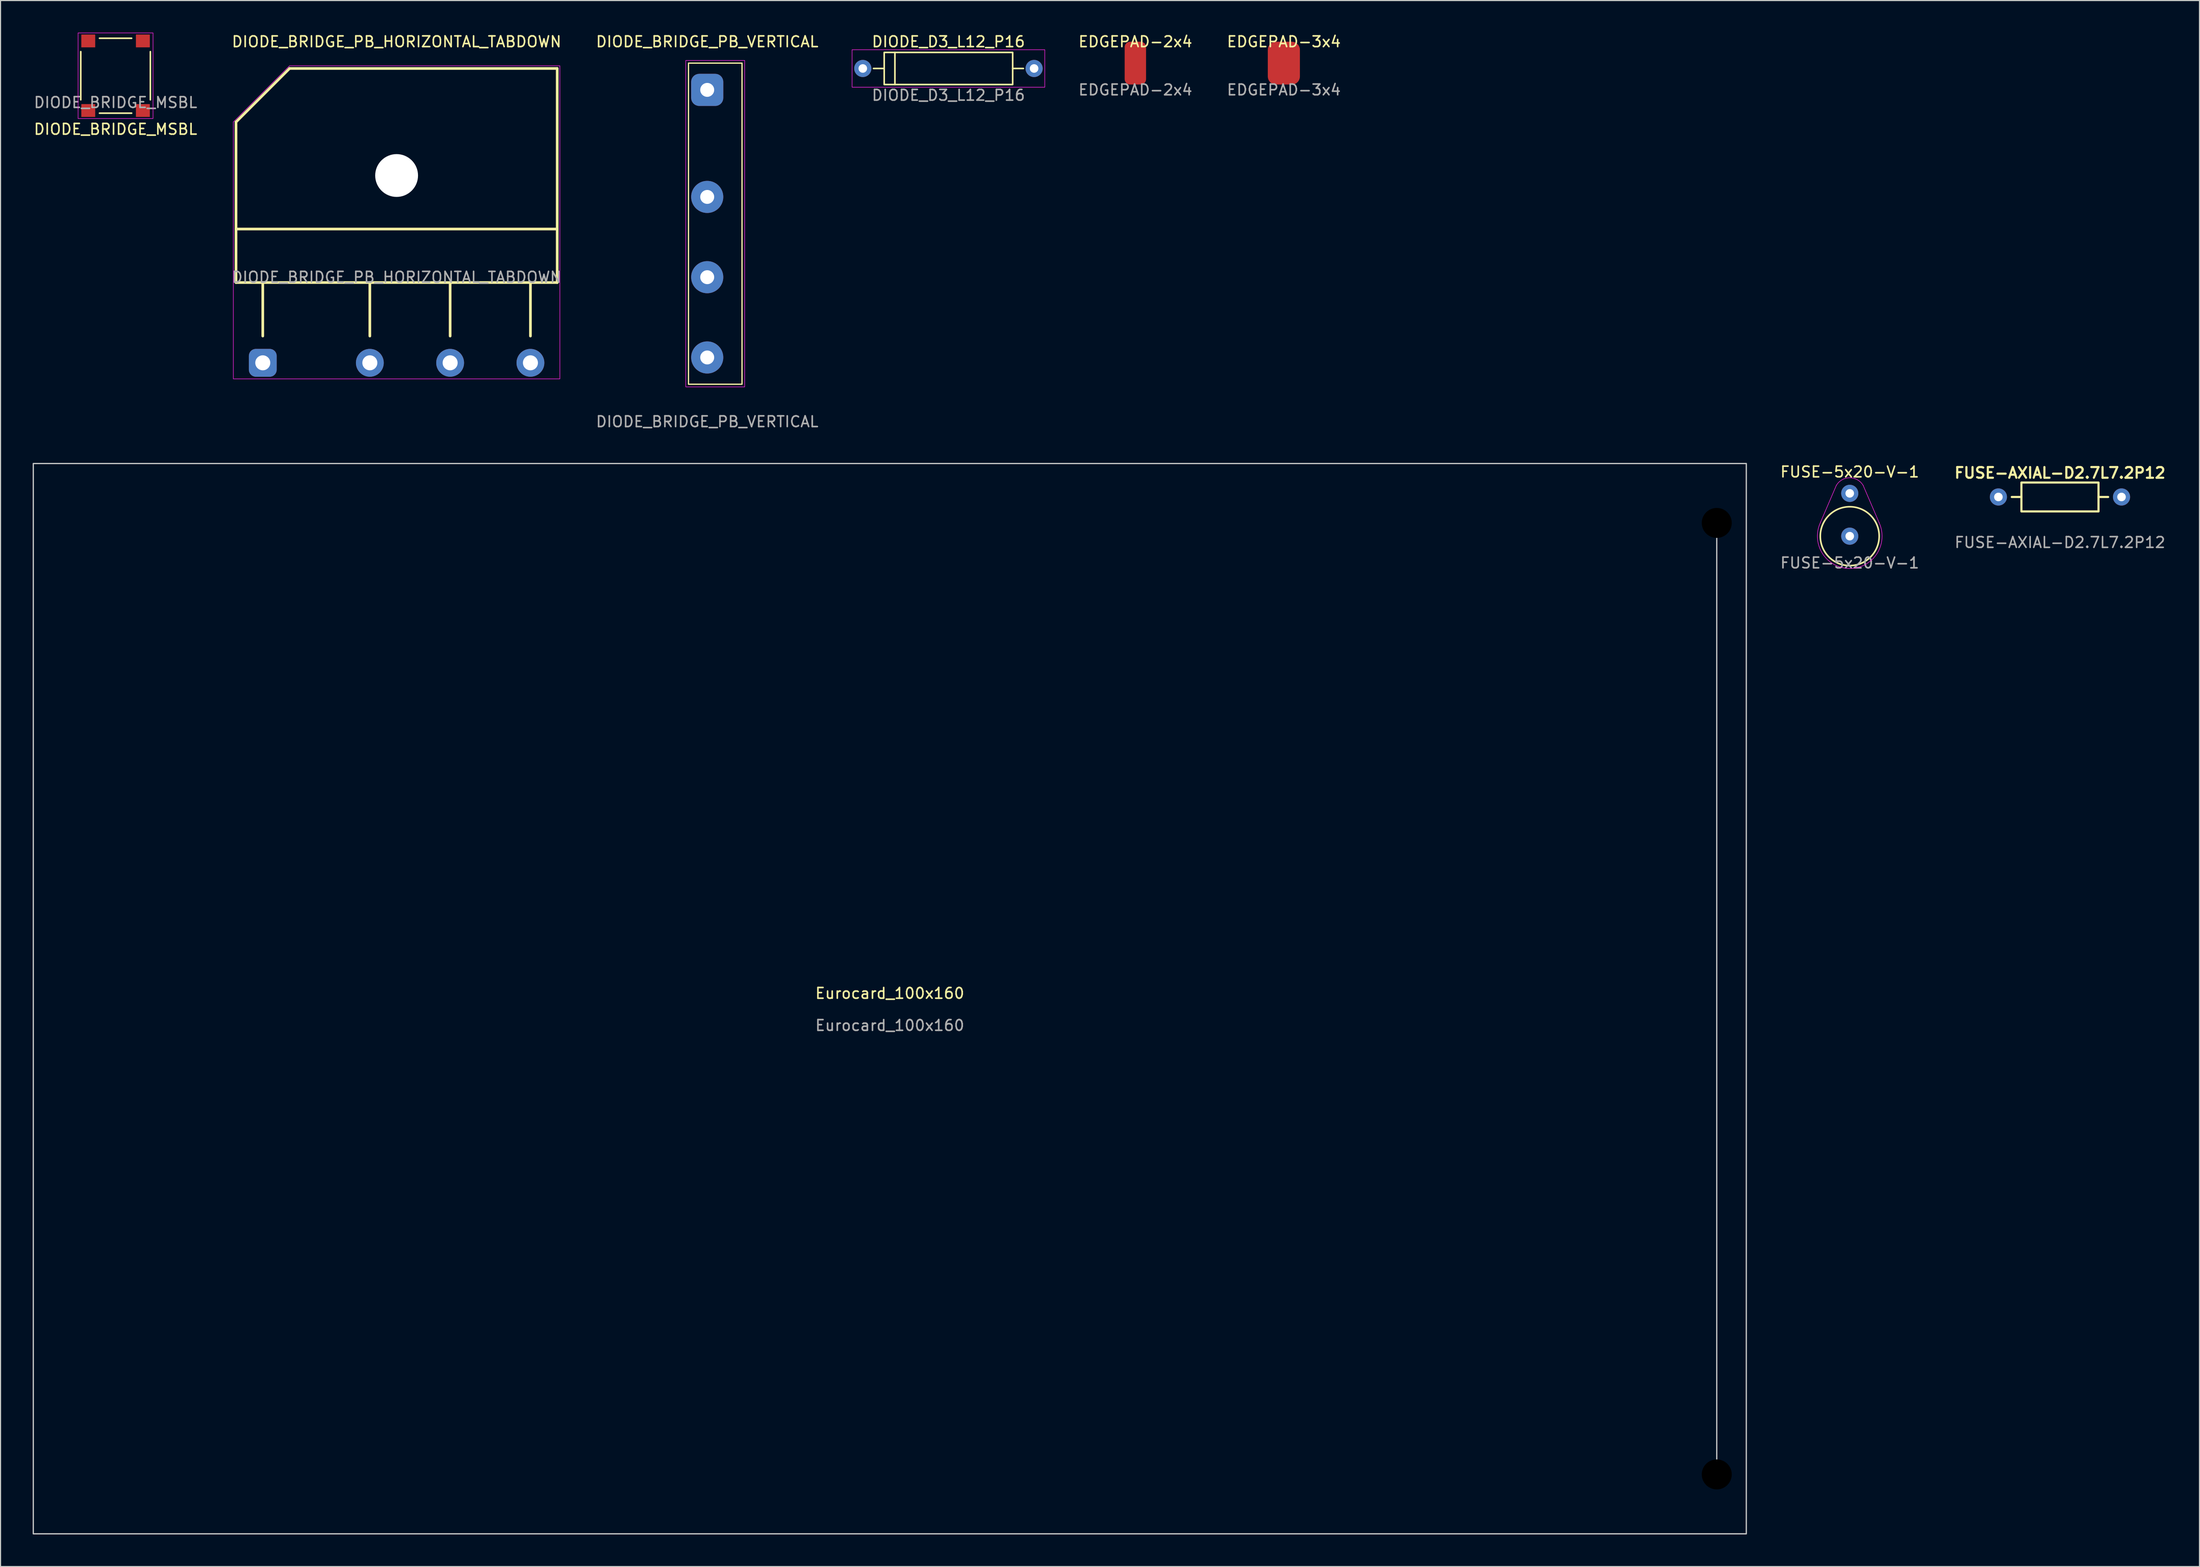
<source format=kicad_pcb>
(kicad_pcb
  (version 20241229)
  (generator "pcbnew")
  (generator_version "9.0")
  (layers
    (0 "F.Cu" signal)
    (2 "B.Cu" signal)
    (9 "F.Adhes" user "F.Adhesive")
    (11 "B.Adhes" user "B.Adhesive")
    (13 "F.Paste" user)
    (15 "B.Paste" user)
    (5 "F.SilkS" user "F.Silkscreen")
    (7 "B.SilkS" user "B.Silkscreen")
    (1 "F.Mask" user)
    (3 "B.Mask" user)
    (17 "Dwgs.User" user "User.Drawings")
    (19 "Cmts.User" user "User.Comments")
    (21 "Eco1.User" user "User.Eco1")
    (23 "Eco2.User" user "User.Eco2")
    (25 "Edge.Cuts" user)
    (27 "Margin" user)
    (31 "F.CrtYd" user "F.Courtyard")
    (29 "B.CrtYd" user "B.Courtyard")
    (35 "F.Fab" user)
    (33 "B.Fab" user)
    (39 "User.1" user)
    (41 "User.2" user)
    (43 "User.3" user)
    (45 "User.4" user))
  (footprint "DIODE_D3_L12_P16"
    (layer "F.Cu")
    (at 85.537 3.348)
    (property "Reference" "DIODE_D3_L12_P16" (at 0 -2.5 0) (unlocked yes) (layer "F.SilkS") (effects (font (size 1 1) (thickness 0.15))))
    (attr through_hole)
    (fp_line (start -7 0) (end -6 0) (stroke (width 0.15) (type default)) (layer "F.SilkS"))
    (fp_line (start -5 -1.5) (end -5 1.5) (stroke (width 0.15) (type default)) (layer "F.SilkS"))
    (fp_line (start 7 0) (end 6 0) (stroke (width 0.15) (type default)) (layer "F.SilkS"))
    (fp_rect (start -6 -1.5) (end 6 1.5) (stroke (width 0.15) (type default)) (fill no) (layer "F.SilkS"))
    (fp_rect (start -9 -1.75) (end 9 1.75) (stroke (width 0.05) (type default)) (fill no) (layer "F.CrtYd"))
    (fp_text user "${REFERENCE}" (at 0 2.5 0) (unlocked yes) (layer "F.Fab") (effects (font (size 1 1) (thickness 0.15))))
    (pad "1" thru_hole circle (at -8 0) (size 1.6 1.6) (drill 0.8) (layers "*.Cu" "*.Mask"))
    (pad "2" thru_hole circle (at 8 0) (size 1.6 1.6) (drill 0.8) (layers "*.Cu" "*.Mask")))
  (footprint "DIODE_BRIDGE_PB_HORIZONTAL_TABDOWN"
    (layer "F.Cu")
    (at 33.994 13.348)
    (property "Reference" "DIODE_BRIDGE_PB_HORIZONTAL_TABDOWN" (at 0 -12.5 0) (unlocked yes) (layer "F.SilkS") (effects (font (size 1 1) (thickness 0.15))))
    (attr smd)
    (fp_line (start -15 -5) (end -15 10) (stroke (width 0.25) (type solid)) (layer "F.SilkS"))
    (fp_line (start -15 5) (end 15 5) (stroke (width 0.25) (type solid)) (layer "F.SilkS"))
    (fp_line (start -15 10) (end 15 10) (stroke (width 0.25) (type solid)) (layer "F.SilkS"))
    (fp_line (start -12.5 15) (end -12.5 10) (stroke (width 0.25) (type solid)) (layer "F.SilkS"))
    (fp_line (start -10 -10) (end -15 -5) (stroke (width 0.25) (type solid)) (layer "F.SilkS"))
    (fp_line (start -2.5 15) (end -2.5 10) (stroke (width 0.25) (type solid)) (layer "F.SilkS"))
    (fp_line (start 5 15) (end 5 10) (stroke (width 0.25) (type solid)) (layer "F.SilkS"))
    (fp_line (start 12.5 15) (end 12.5 10) (stroke (width 0.25) (type solid)) (layer "F.SilkS"))
    (fp_line (start 15 -10) (end -10 -10) (stroke (width 0.25) (type solid)) (layer "F.SilkS"))
    (fp_line (start 15 10) (end 15 -10) (stroke (width 0.25) (type solid)) (layer "F.SilkS"))
    (fp_poly (pts (xy -10 -10.25) (xy -15.25 -5) (xy -15.25 19) (xy 15.25 19) (xy 15.25 -10.25)) (stroke (width 0.05) (type solid)) (fill no) (layer "F.CrtYd"))
    (fp_text user "${REFERENCE}" (at 0 9.5 0) (unlocked yes) (layer "F.Fab") (effects (font (size 1 1) (thickness 0.15))))
    (pad "" np_thru_hole circle (at 0 0) (size 4 4) (drill 4) (layers "*.Cu" "*.Mask"))
    (pad "1" thru_hole roundrect (at -12.5 17.5) (size 2.6 2.6) (drill 1.4) (layers "*.Cu" "*.Mask") (roundrect_rratio 0.25))
    (pad "2" thru_hole circle (at -2.5 17.5) (size 2.6 2.6) (drill 1.4) (layers "*.Cu" "*.Mask"))
    (pad "3" thru_hole circle (at 5 17.5) (size 2.6 2.6) (drill 1.4) (layers "*.Cu" "*.Mask"))
    (pad "4" thru_hole circle (at 12.5 17.5) (size 2.6 2.6) (drill 1.4) (layers "*.Cu" "*.Mask")))
  (footprint "DIODE_BRIDGE_PB_VERTICAL"
    (layer "F.Cu")
    (at 63.006 15.348)
    (property "Reference" "DIODE_BRIDGE_PB_VERTICAL" (at 0 -14.5 0) (unlocked yes) (layer "F.SilkS") (effects (font (size 1 1) (thickness 0.15))))
    (attr through_hole)
    (fp_rect (start -1.75 -12.5) (end 3.25 17.5) (stroke (width 0.12) (type solid)) (fill no) (layer "F.SilkS"))
    (fp_rect (start -2 -12.75) (end 3.5 17.75) (stroke (width 0.05) (type solid)) (fill no) (layer "F.CrtYd"))
    (fp_text user "${REFERENCE}" (at 0 21 0) (unlocked yes) (layer "F.Fab") (effects (font (size 1 1) (thickness 0.15))))
    (pad "1" thru_hole roundrect (at 0 -10) (size 3 3) (drill 1.3) (layers "*.Cu" "*.Mask") (roundrect_rratio 0.25))
    (pad "2" thru_hole circle (at 0 0) (size 3 3) (drill 1.3) (layers "*.Cu" "*.Mask"))
    (pad "3" thru_hole circle (at 0 7.5) (size 3 3) (drill 1.3) (layers "*.Cu" "*.Mask"))
    (pad "4" thru_hole circle (at 0 15) (size 3 3) (drill 1.3) (layers "*.Cu" "*.Mask")))
  (footprint "FUSE-5x20-V-1"
    (layer "F.Cu")
    (at 169.721 47.045)
    (property "Reference" "FUSE-5x20-V-1" (at 0 -6 0) (unlocked yes) (layer "F.SilkS") (effects (font (size 1 1) (thickness 0.15))))
    (attr through_hole)
    (fp_circle (center 0 0) (end 2.75 0) (stroke (width 0.15) (type default)) (fill no) (layer "F.SilkS"))
    (fp_line (start -2.75 -1.25) (end -1.25 -4.75) (stroke (width 0.05) (type default)) (layer "F.CrtYd"))
    (fp_line (start 2.75 -1.25) (end 1.25 -4.75) (stroke (width 0.05) (type default)) (layer "F.CrtYd"))
    (fp_arc (start -1.249999 -4.749999) (mid 0 -5.457737) (end 1.249999 -4.749999) (stroke (width 0.05) (type default)) (layer "F.CrtYd"))
    (fp_arc (start 2.75 -1.25) (mid 0 3.020761) (end -2.75 -1.25) (stroke (width 0.05) (type default)) (layer "F.CrtYd"))
    (fp_text user "${REFERENCE}" (at 0 2.5 0) (unlocked yes) (layer "F.Fab") (effects (font (size 1 1) (thickness 0.15))))
    (pad "1" thru_hole circle (at 0 0) (size 1.6 1.6) (drill 0.8) (layers "*.Cu" "*.Mask"))
    (pad "2" thru_hole circle (at 0 -4) (size 1.6 1.6) (drill 0.8) (layers "*.Cu" "*.Mask")))
  (footprint "DIODE_BRIDGE_MSBL"
    (layer "F.Cu")
    (at 7.744 4.025)
    (property "Reference" "DIODE_BRIDGE_MSBL" (at 0 5 0) (unlocked yes) (layer "F.SilkS") (effects (font (size 1 1) (thickness 0.15))))
    (attr smd)
    (fp_line (start -3.25 -2.25) (end -3.25 2.25) (stroke (width 0.15) (type default)) (layer "F.SilkS"))
    (fp_line (start -1.5 -3.5) (end 1.5 -3.5) (stroke (width 0.15) (type default)) (layer "F.SilkS"))
    (fp_line (start -1.5 3.5) (end 1.5 3.5) (stroke (width 0.15) (type default)) (layer "F.SilkS"))
    (fp_line (start 3.25 -2.25) (end 3.25 2.25) (stroke (width 0.15) (type default)) (layer "F.SilkS"))
    (fp_rect (start -3.5 -4) (end 3.5 4) (stroke (width 0.05) (type default)) (fill no) (layer "F.CrtYd"))
    (fp_text user "${REFERENCE}" (at 0 2.5 0) (unlocked yes) (layer "F.Fab") (effects (font (size 1 1) (thickness 0.15))))
    (pad "1" smd rect (at 2.55 -3.25) (size 1.3 1.2) (layers "F.Cu" "F.Mask" "F.Paste"))
    (pad "2" smd rect (at 2.55 3.25) (size 1.3 1.2) (layers "F.Cu" "F.Mask" "F.Paste"))
    (pad "3" smd rect (at -2.55 -3.25) (size 1.3 1.2) (layers "F.Cu" "F.Mask" "F.Paste"))
    (pad "4" smd rect (at -2.55 3.25) (size 1.3 1.2) (layers "F.Cu" "F.Mask" "F.Paste")))
  (footprint "Eurocard_100x160"
    (layer "F.Cu")
    (at 80.06 90.257)
    (property "Reference" "Eurocard_100x160" (at 0 -0.5 0) (unlocked yes) (layer "F.SilkS") (effects (font (size 1 1) (thickness 0.15))))
    (attr through_hole)
    (fp_line (start 77.24 -44.45) (end 77.24 44.45) (stroke (width 0.12) (type solid)) (layer "Dwgs.User"))
    (fp_rect (start -80 -50) (end 80 50) (stroke (width 0.12) (type solid)) (fill no) (layer "Dwgs.User"))
    (fp_text user "${REFERENCE}" (at 0 2.5 0) (unlocked yes) (layer "F.Fab") (effects (font (size 1 1) (thickness 0.15))))
    (pad "" np_thru_hole circle (at 77.24 -44.45) (size 2.8 2.8) (drill 2.8) (layers "*.Mask"))
    (pad "" np_thru_hole circle (at 77.24 44.45) (size 2.8 2.8) (drill 2.8) (layers "*.Mask")))
  (footprint "FUSE-AXIAL-D2.7L7.2P12"
    (layer "F.Cu")
    (at 189.356 43.383)
    (property "Reference" "FUSE-AXIAL-D2.7L7.2P12" (at 0 -2.25 0) (unlocked yes) (layer "F.SilkS") (effects (font (size 1 1) (thickness 0.2))))
    (attr through_hole)
    (fp_line (start -3.6 0) (end -4.5 0) (stroke (width 0.2) (type default)) (layer "F.SilkS"))
    (fp_line (start 3.6 0) (end 4.5 0) (stroke (width 0.2) (type default)) (layer "F.SilkS"))
    (fp_rect (start -3.6 -1.35) (end 3.6 1.35) (stroke (width 0.2) (type default)) (fill no) (layer "F.SilkS"))
    (fp_text user "${REFERENCE}" (at 0 4.25 0) (unlocked yes) (layer "F.Fab") (effects (font (size 1 1) (thickness 0.15))))
    (pad "1" thru_hole circle (at -5.75 0) (size 1.6 1.6) (drill 0.8) (layers "*.Cu" "*.Mask"))
    (pad "2" thru_hole circle (at 5.75 0) (size 1.6 1.6) (drill 0.8) (layers "*.Cu" "*.Mask")))
  (footprint "EDGEPAD-3x4"
    (layer "F.Cu")
    (at 116.865 2.848)
    (property "Reference" "EDGEPAD-3x4" (at 0 -2 0) (unlocked yes) (layer "F.SilkS") (effects (font (size 1 1) (thickness 0.15))))
    (attr smd)
    (fp_text user "${REFERENCE}" (at 0 2.5 0) (unlocked yes) (layer "F.Fab") (effects (font (size 1 1) (thickness 0.15))))
    (pad "1" smd roundrect (at 0 0) (size 3 4) (layers "F.Cu" "F.Mask") (roundrect_rratio 0.25)))
  (footprint "EDGEPAD-2x4"
    (layer "F.Cu")
    (at 102.996 2.848)
    (property "Reference" "EDGEPAD-2x4" (at 0 -2 0) (unlocked yes) (layer "F.SilkS") (effects (font (size 1 1) (thickness 0.15))))
    (attr smd)
    (fp_text user "${REFERENCE}" (at 0 2.5 0) (unlocked yes) (layer "F.Fab") (effects (font (size 1 1) (thickness 0.15))))
    (pad "1" smd roundrect (at 0 0) (size 2 4) (layers "F.Cu" "F.Mask") (roundrect_rratio 0.25)))
  (gr_rect
    (start -3 -3)
    (end 202.389 143.316)
    (stroke (width 0.1) (type default))
    (fill no)
    (layer "Edge.Cuts")))
</source>
